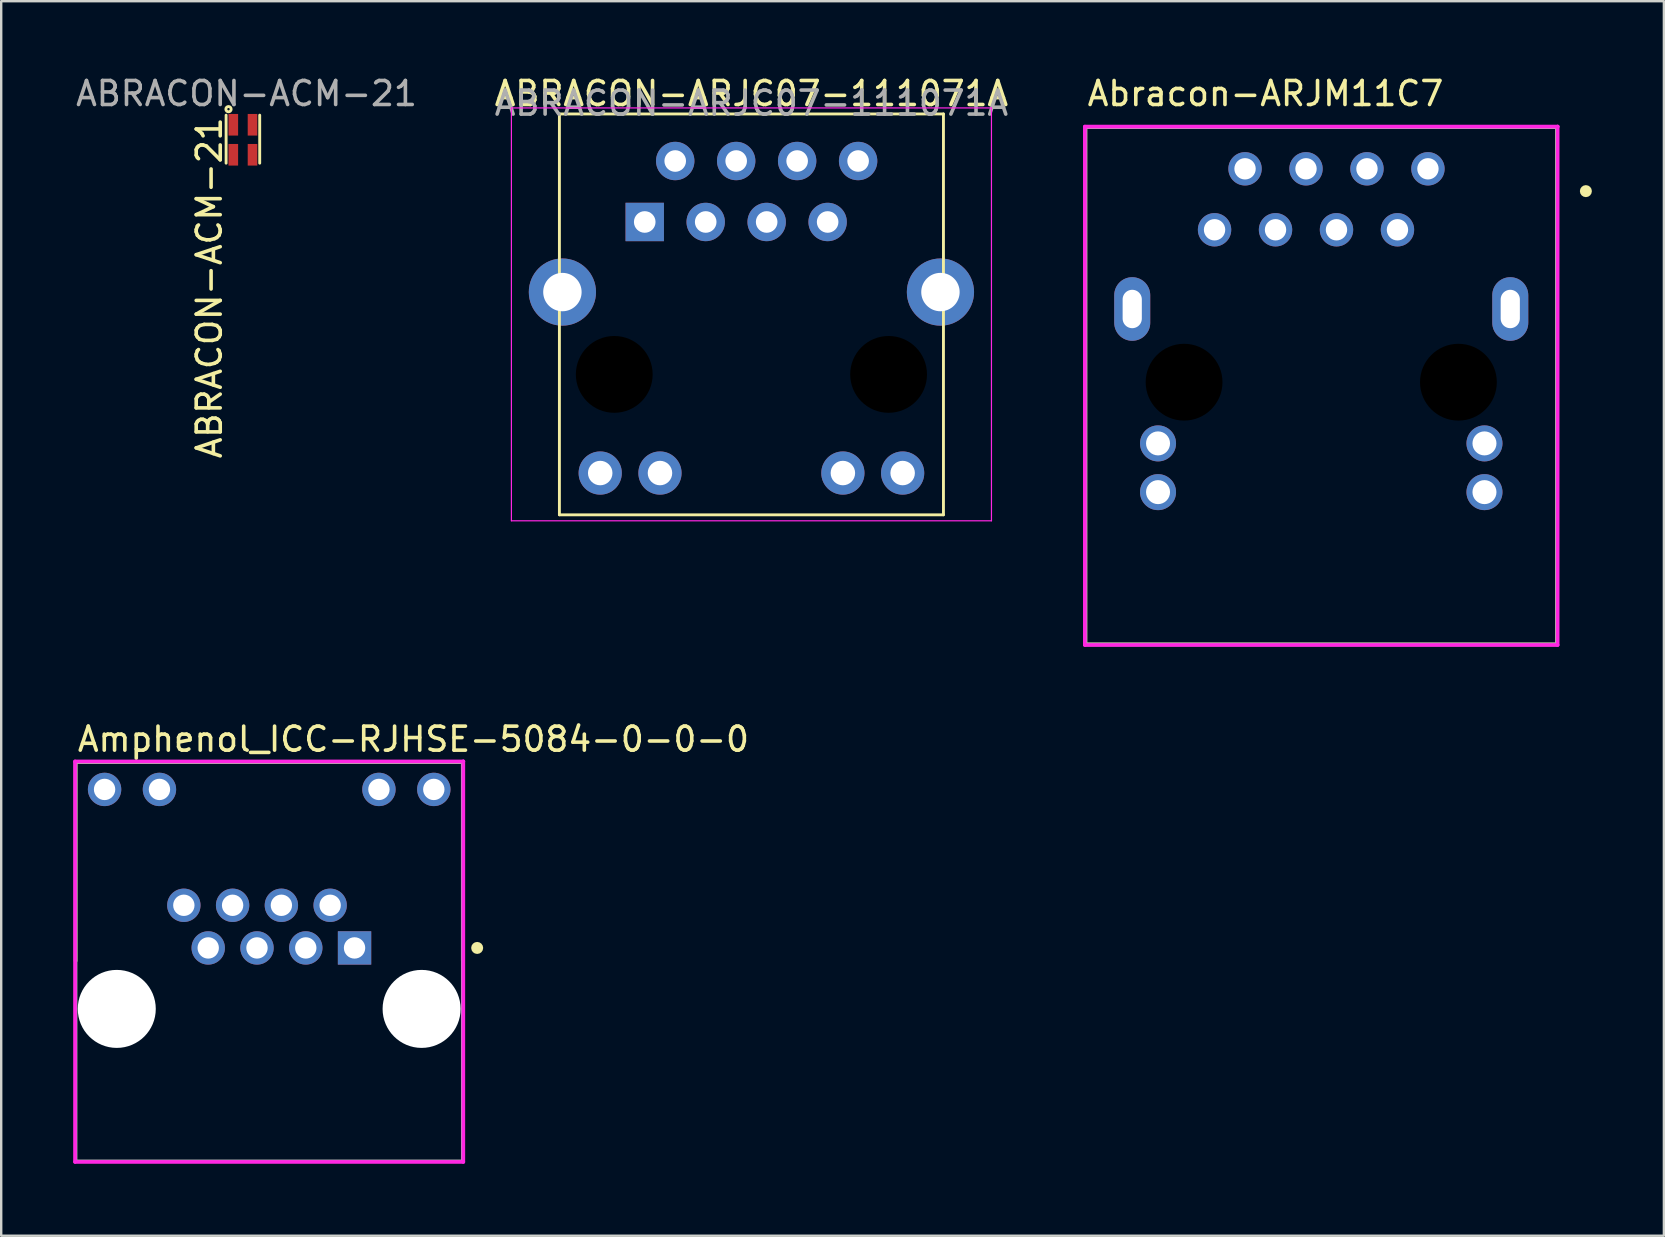
<source format=kicad_pcb>
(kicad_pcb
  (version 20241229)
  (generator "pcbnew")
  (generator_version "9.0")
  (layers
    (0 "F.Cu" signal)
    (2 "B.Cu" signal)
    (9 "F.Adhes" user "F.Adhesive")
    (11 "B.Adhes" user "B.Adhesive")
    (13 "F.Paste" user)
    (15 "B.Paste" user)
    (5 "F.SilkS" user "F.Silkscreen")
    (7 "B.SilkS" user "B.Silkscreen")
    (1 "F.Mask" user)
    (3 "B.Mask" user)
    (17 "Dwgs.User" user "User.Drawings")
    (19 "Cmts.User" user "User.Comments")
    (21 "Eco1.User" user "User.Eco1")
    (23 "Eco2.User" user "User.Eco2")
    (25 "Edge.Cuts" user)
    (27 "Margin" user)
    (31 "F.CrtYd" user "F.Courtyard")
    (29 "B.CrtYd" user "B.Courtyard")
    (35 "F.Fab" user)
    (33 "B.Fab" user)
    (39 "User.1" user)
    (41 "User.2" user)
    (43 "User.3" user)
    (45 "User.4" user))
  (footprint "ABRACON-ACM-21"
    (layer "F.Cu")
    (at 6.67 2.148)
    (property "Reference" "ABRACON-ACM-21" (at -1 -0.4 90) (unlocked yes) (layer "F.SilkS") (effects (font (size 1 1) (thickness 0.15)) (justify right)))
    (attr smd)
    (fp_line (start -0.3 -0.4) (end -0.3 1.6) (stroke (width 0.12) (type solid)) (layer "F.SilkS"))
    (fp_line (start 1.1 -0.4) (end 1.1 1.6) (stroke (width 0.12) (type solid)) (layer "F.SilkS"))
    (fp_circle (center -0.2 -0.65) (end -0.15 -0.65) (stroke (width 0.12) (type solid)) (fill no) (layer "F.SilkS"))
    (fp_text user "${REFERENCE}" (at 0.55 -1.3 0) (unlocked yes) (layer "F.Fab") (effects (font (size 1 1) (thickness 0.15))))
    (pad "1" smd rect (at 0 0) (size 0.4 0.9) (layers "F.Cu" "F.Mask" "F.Paste"))
    (pad "2" smd rect (at 0 1.25) (size 0.4 0.9) (layers "F.Cu" "F.Mask" "F.Paste"))
    (pad "3" smd rect (at 0.8 1.25) (size 0.4 0.9) (layers "F.Cu" "F.Mask" "F.Paste"))
    (pad "4" smd rect (at 0.8 0) (size 0.4 0.9) (layers "F.Cu" "F.Mask" "F.Paste")))
  (footprint "Abracon-ARJM11C7"
    (layer "F.Cu")
    (at 51.996 13.023)
    (property "Reference" "Abracon-ARJM11C7" (at -9.825 -12.175 0) (layer "F.SilkS") (effects (font (size 1 1) (thickness 0.15)) (justify left)))
    (attr through_hole)
    (fp_line (start -9.825 -10.775) (end 9.825 -10.775) (stroke (width 0.15) (type solid)) (layer "F.SilkS"))
    (fp_line (start -9.825 10.775) (end -9.825 -10.775) (stroke (width 0.15) (type solid)) (layer "F.SilkS"))
    (fp_line (start -9.825 10.775) (end 9.825 10.775) (stroke (width 0.15) (type solid)) (layer "F.SilkS"))
    (fp_line (start 9.825 10.775) (end 9.825 -10.775) (stroke (width 0.15) (type solid)) (layer "F.SilkS"))
    (fp_circle (center 11.025 -8.11) (end 11.15 -8.11) (stroke (width 0.25) (type solid)) (fill no) (layer "F.SilkS"))
    (fp_line (start -9.85 -10.8) (end -9.85 10.8) (stroke (width 0.15) (type solid)) (layer "F.CrtYd"))
    (fp_line (start -9.85 10.8) (end 9.85 10.8) (stroke (width 0.15) (type solid)) (layer "F.CrtYd"))
    (fp_line (start 9.85 -10.8) (end -9.85 -10.8) (stroke (width 0.15) (type solid)) (layer "F.CrtYd"))
    (fp_line (start 9.85 -10.8) (end 9.85 -10.8) (stroke (width 0.15) (type solid)) (layer "F.CrtYd"))
    (fp_line (start 9.85 10.8) (end 9.85 -10.8) (stroke (width 0.15) (type solid)) (layer "F.CrtYd"))
    (fp_line (start -9.825 -10.775) (end 9.825 -10.775) (stroke (width 0.15) (type solid)) (layer "F.Fab"))
    (fp_line (start -9.825 10.775) (end -9.825 -10.775) (stroke (width 0.15) (type solid)) (layer "F.Fab"))
    (fp_line (start 9.825 -10.775) (end 9.825 10.775) (stroke (width 0.15) (type solid)) (layer "F.Fab"))
    (fp_line (start 9.825 10.775) (end -9.825 10.775) (stroke (width 0.15) (type solid)) (layer "F.Fab"))
    (pad "" np_thru_hole circle (at -5.715 -0.15) (size 3.25 3.25) (drill 3.2) (layers "*.Mask"))
    (pad "" np_thru_hole circle (at 5.715 -0.15) (size 3.25 3.25) (drill 3.2) (layers "*.Mask"))
    (pad "1" thru_hole circle (at 4.445 -9.04) (size 1.39 1.39) (drill 0.89) (layers "*.Cu" "*.Mask"))
    (pad "2" thru_hole circle (at 3.175 -6.5) (size 1.39 1.39) (drill 0.89) (layers "*.Cu" "*.Mask"))
    (pad "3" thru_hole circle (at 1.905 -9.04) (size 1.39 1.39) (drill 0.89) (layers "*.Cu" "*.Mask"))
    (pad "4" thru_hole circle (at 0.635 -6.5) (size 1.39 1.39) (drill 0.89) (layers "*.Cu" "*.Mask"))
    (pad "5" thru_hole circle (at -0.635 -9.04) (size 1.39 1.39) (drill 0.89) (layers "*.Cu" "*.Mask"))
    (pad "6" thru_hole circle (at -1.905 -6.5) (size 1.39 1.39) (drill 0.89) (layers "*.Cu" "*.Mask"))
    (pad "7" thru_hole circle (at -3.175 -9.04) (size 1.39 1.39) (drill 0.89) (layers "*.Cu" "*.Mask"))
    (pad "8" thru_hole circle (at -4.445 -6.5) (size 1.39 1.39) (drill 0.89) (layers "*.Cu" "*.Mask"))
    (pad "9" thru_hole circle (at -6.8 2.4) (size 1.5 1.5) (drill 1) (layers "*.Cu" "*.Mask"))
    (pad "10" thru_hole circle (at -6.8 4.43) (size 1.5 1.5) (drill 1) (layers "*.Cu" "*.Mask"))
    (pad "11" thru_hole circle (at 6.8 2.4) (size 1.5 1.5) (drill 1) (layers "*.Cu" "*.Mask"))
    (pad "12" thru_hole circle (at 6.8 4.43) (size 1.5 1.5) (drill 1) (layers "*.Cu" "*.Mask"))
    (pad "S1" thru_hole oval (at -7.875 -3.2) (size 1.5 2.65) (drill oval 0.8 1.6) (layers "*.Cu" "*.Mask"))
    (pad "S2" thru_hole oval (at 7.875 -3.2) (size 1.5 2.65) (drill oval 0.8 1.6) (layers "*.Cu" "*.Mask")))
  (footprint "ABRACON-ARJC07-111071A"
    (layer "F.Cu")
    (at 28.256 10.048)
    (property "Reference" "ABRACON-ARJC07-111071A" (at 0 -9.2 0) (unlocked yes) (layer "F.SilkS") (effects (font (size 1 1) (thickness 0.15))))
    (attr through_hole)
    (fp_line (start -8 8.35) (end -8 -8.35) (stroke (width 0.12) (type solid)) (layer "F.SilkS"))
    (fp_line (start 8 -8.35) (end -8 -8.35) (stroke (width 0.12) (type solid)) (layer "F.SilkS"))
    (fp_line (start 8 8.35) (end -8 8.35) (stroke (width 0.12) (type solid)) (layer "F.SilkS"))
    (fp_line (start 8 8.35) (end 8 -8.35) (stroke (width 0.12) (type solid)) (layer "F.SilkS"))
    (fp_line (start -10 -8.6) (end 10 -8.6) (stroke (width 0.05) (type solid)) (layer "F.CrtYd"))
    (fp_line (start -10 8.6) (end -10 -8.6) (stroke (width 0.05) (type solid)) (layer "F.CrtYd"))
    (fp_line (start 10 -8.6) (end 10 8.6) (stroke (width 0.05) (type solid)) (layer "F.CrtYd"))
    (fp_line (start 10 8.6) (end -10 8.6) (stroke (width 0.05) (type solid)) (layer "F.CrtYd"))
    (fp_text user "${REFERENCE}" (at 0 -8.8 0) (unlocked yes) (layer "F.Fab") (effects (font (size 1 1) (thickness 0.15))))
    (pad "" np_thru_hole circle (at -5.715 2.5) (size 3.2 3.2) (drill 3.2) (layers "*.Mask"))
    (pad "" np_thru_hole circle (at 5.715 2.5) (size 3.2 3.2) (drill 3.2) (layers "*.Mask"))
    (pad "1" thru_hole rect (at -4.445 -3.85) (size 1.6 1.6) (drill 0.9) (layers "*.Cu" "*.Mask"))
    (pad "2" thru_hole circle (at -3.175 -6.39) (size 1.6 1.6) (drill 0.9) (layers "*.Cu" "*.Mask"))
    (pad "3" thru_hole circle (at -1.905 -3.85) (size 1.6 1.6) (drill 0.9) (layers "*.Cu" "*.Mask"))
    (pad "4" thru_hole circle (at -0.635 -6.39) (size 1.6 1.6) (drill 0.9) (layers "*.Cu" "*.Mask"))
    (pad "5" thru_hole circle (at 0.635 -3.85) (size 1.6 1.6) (drill 0.9) (layers "*.Cu" "*.Mask"))
    (pad "6" thru_hole circle (at 1.905 -6.39) (size 1.6 1.6) (drill 0.9) (layers "*.Cu" "*.Mask"))
    (pad "7" thru_hole circle (at 3.175 -3.85) (size 1.6 1.6) (drill 0.9) (layers "*.Cu" "*.Mask"))
    (pad "8" thru_hole circle (at 4.445 -6.39) (size 1.6 1.6) (drill 0.9) (layers "*.Cu" "*.Mask"))
    (pad "9" thru_hole circle (at -6.3 6.61) (size 1.8 1.8) (drill 1.02) (layers "*.Cu" "*.Mask"))
    (pad "10" thru_hole circle (at -3.81 6.61) (size 1.8 1.8) (drill 1.02) (layers "*.Cu" "*.Mask"))
    (pad "11" thru_hole circle (at 3.81 6.61) (size 1.8 1.8) (drill 1.02) (layers "*.Cu" "*.Mask"))
    (pad "12" thru_hole circle (at 6.3 6.61) (size 1.8 1.8) (drill 1.02) (layers "*.Cu" "*.Mask"))
    (pad "S1" thru_hole circle (at -7.875 -0.93) (size 2.8 2.8) (drill 1.6) (layers "*.Cu" "*.Mask"))
    (pad "S2" thru_hole circle (at 7.875 -0.93) (size 2.8 2.8) (drill 1.6) (layers "*.Cu" "*.Mask")))
  (footprint "Amphenol_ICC-RJHSE-5084-0-0-0"
    (layer "F.Cu")
    (at 8.165 37.015)
    (property "Reference" "Amphenol_ICC-RJHSE-5084-0-0-0" (at -8.065 -9.268 0) (layer "F.SilkS") (effects (font (size 1 1) (thickness 0.15)) (justify left)))
    (attr through_hole)
    (fp_line (start -8.065 -8.318) (end 8.065 -8.318) (stroke (width 0.15) (type solid)) (layer "F.SilkS"))
    (fp_line (start -8.065 -0.032) (end -8.065 -8.318) (stroke (width 0.15) (type solid)) (layer "F.SilkS"))
    (fp_line (start 8.065 -0.032) (end 8.065 -8.318) (stroke (width 0.15) (type solid)) (layer "F.SilkS"))
    (fp_circle (center 8.665 -0.572) (end 8.79 -0.572) (stroke (width 0.25) (type solid)) (fill no) (layer "F.SilkS"))
    (fp_line (start -8.089 -8.343) (end -8.089 8.344) (stroke (width 0.15) (type solid)) (layer "F.CrtYd"))
    (fp_line (start -8.089 8.344) (end 8.089 8.344) (stroke (width 0.15) (type solid)) (layer "F.CrtYd"))
    (fp_line (start 8.089 -8.343) (end -8.089 -8.343) (stroke (width 0.15) (type solid)) (layer "F.CrtYd"))
    (fp_line (start 8.089 -8.343) (end 8.089 -8.343) (stroke (width 0.15) (type solid)) (layer "F.CrtYd"))
    (fp_line (start 8.089 8.344) (end 8.089 -8.343) (stroke (width 0.15) (type solid)) (layer "F.CrtYd"))
    (fp_line (start -8.065 -8.318) (end 8.065 -8.318) (stroke (width 0.15) (type solid)) (layer "F.Fab"))
    (fp_line (start -8.065 8.319) (end -8.065 -8.318) (stroke (width 0.15) (type solid)) (layer "F.Fab"))
    (fp_line (start 8.065 -8.318) (end 8.065 8.319) (stroke (width 0.15) (type solid)) (layer "F.Fab"))
    (fp_line (start 8.065 8.319) (end -8.065 8.319) (stroke (width 0.15) (type solid)) (layer "F.Fab"))
    (pad "" np_thru_hole circle (at -6.35 1.968) (size 3.25 3.25) (drill 3.25) (layers "*.Cu" "*.Mask"))
    (pad "" np_thru_hole circle (at 6.35 1.968) (size 3.25 3.25) (drill 3.25) (layers "*.Cu" "*.Mask"))
    (pad "1" thru_hole rect (at 3.556 -0.572) (size 1.39 1.39) (drill 0.89) (layers "*.Cu" "*.Mask"))
    (pad "2" thru_hole circle (at 2.54 -2.349) (size 1.39 1.39) (drill 0.89) (layers "*.Cu" "*.Mask"))
    (pad "3" thru_hole circle (at 1.524 -0.572) (size 1.39 1.39) (drill 0.89) (layers "*.Cu" "*.Mask"))
    (pad "4" thru_hole circle (at 0.508 -2.349) (size 1.39 1.39) (drill 0.89) (layers "*.Cu" "*.Mask"))
    (pad "5" thru_hole circle (at -0.508 -0.572) (size 1.39 1.39) (drill 0.89) (layers "*.Cu" "*.Mask"))
    (pad "6" thru_hole circle (at -1.524 -2.349) (size 1.39 1.39) (drill 0.89) (layers "*.Cu" "*.Mask"))
    (pad "7" thru_hole circle (at -2.54 -0.572) (size 1.39 1.39) (drill 0.89) (layers "*.Cu" "*.Mask"))
    (pad "8" thru_hole circle (at -3.556 -2.349) (size 1.39 1.39) (drill 0.89) (layers "*.Cu" "*.Mask"))
    (pad "9" thru_hole circle (at 6.858 -7.176) (size 1.39 1.39) (drill 0.89) (layers "*.Cu" "*.Mask"))
    (pad "10" thru_hole circle (at 4.572 -7.176) (size 1.39 1.39) (drill 0.89) (layers "*.Cu" "*.Mask"))
    (pad "11" thru_hole circle (at -4.572 -7.176) (size 1.39 1.39) (drill 0.89) (layers "*.Cu" "*.Mask"))
    (pad "12" thru_hole circle (at -6.858 -7.176) (size 1.39 1.39) (drill 0.89) (layers "*.Cu" "*.Mask")))
  (gr_rect
    (start -3 -3)
    (end 66.271 48.433)
    (stroke (width 0.1) (type default))
    (fill no)
    (layer "Edge.Cuts")))
</source>
